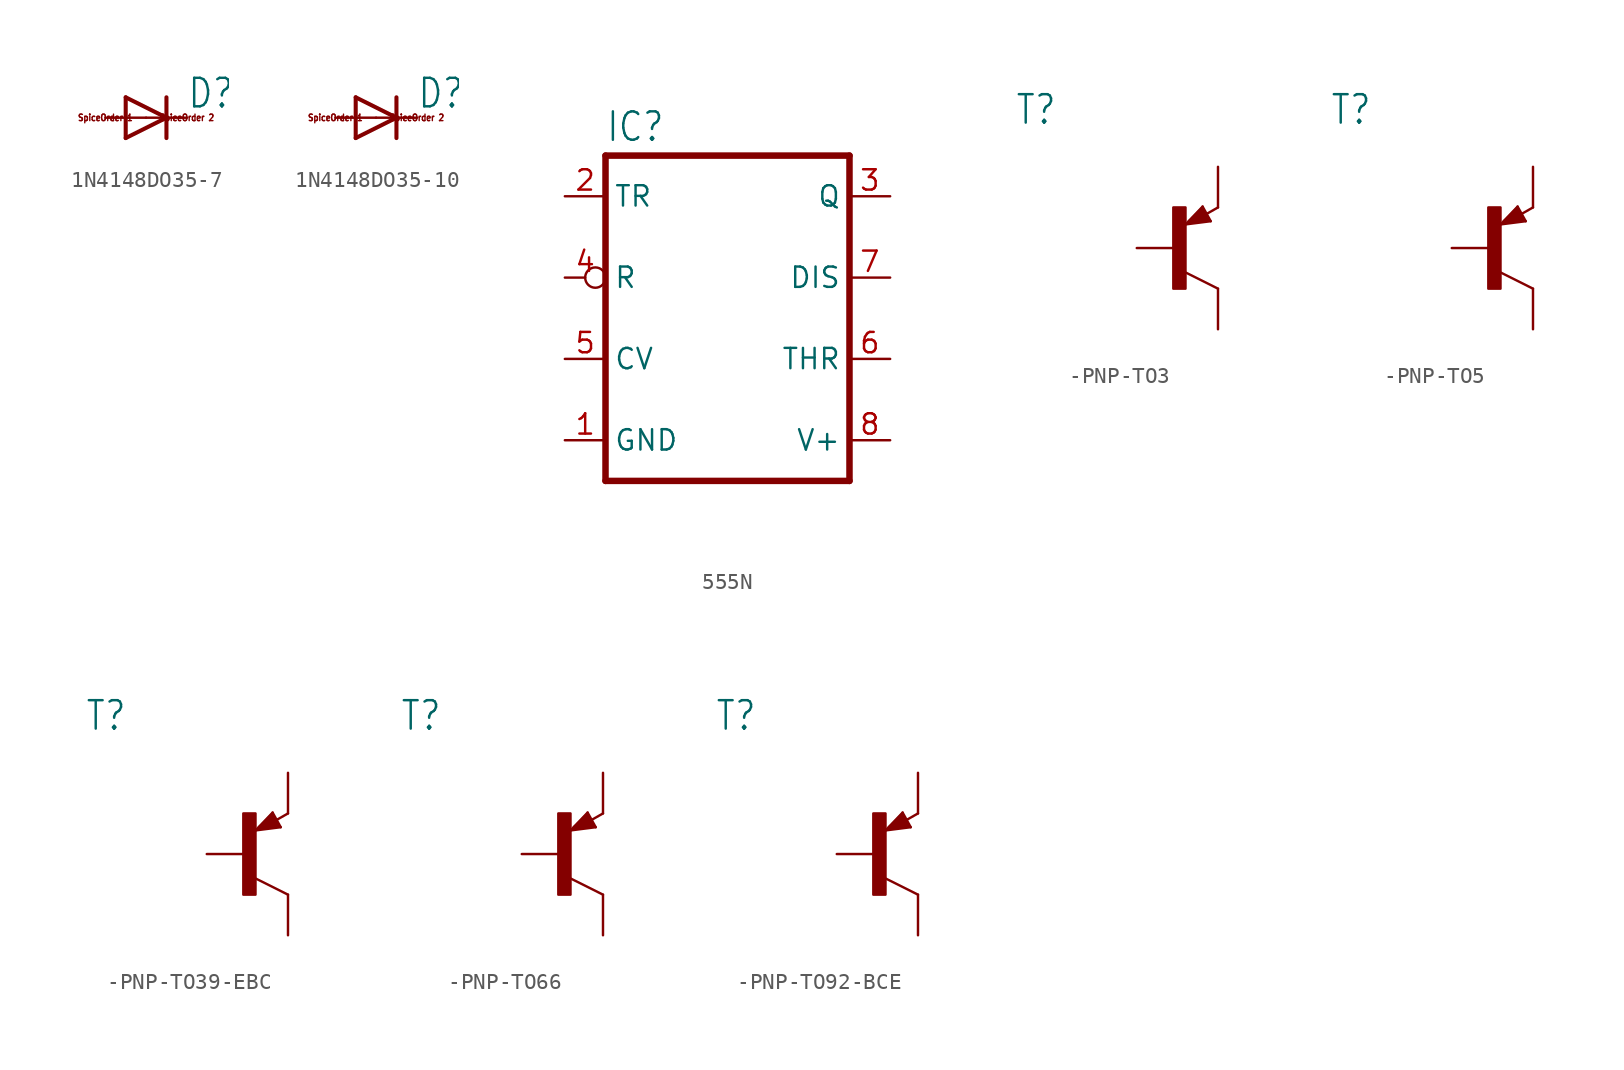
<source format=kicad_sym>
(kicad_symbol_lib
  (version 20231120)
  (generator "kicad_symbol_editor")
  (generator_version "8.0")
  (symbol "1N4148DO35-7"
    (property "Reference" "D"
      (at 2.54 0.483 0)
      (effects (font (size 1.778 1.511)) (justify left bottom)))
    (property "Value" ""
      (at 2.54 -2.311 0)
      (effects (font (size 1.778 1.511)) (justify left bottom)))
    (property "ki_locked" ""
      (at 0 0 0)
      (effects (font (size 1.27 1.27))))
    (symbol "1N4148DO35-7_1_0"
      (polyline (pts (xy -1.27 -1.27) (xy 1.27 0)) (stroke (width 0.254) (type solid)) (fill (type none)))
      (polyline (pts (xy -1.27 1.27) (xy -1.27 -1.27)) (stroke (width 0.254) (type solid)) (fill (type none)))
      (polyline (pts (xy 1.27 0) (xy -1.27 1.27)) (stroke (width 0.254) (type solid)) (fill (type none)))
      (polyline (pts (xy 1.27 0) (xy 1.27 -1.27)) (stroke (width 0.254) (type solid)) (fill (type none)))
      (polyline (pts (xy 1.27 1.27) (xy 1.27 0)) (stroke (width 0.254) (type solid)) (fill (type none)))
      (text "SpiceOrder 1" (at -2.54 0 0) (effects (font (size 0.406 0.345))))
      (text "SpiceOrder 2" (at 2.54 0 0) (effects (font (size 0.406 0.345))))
      (pin passive line (at -2.54 0 0) (length 2.54) (name "A" (effects (font (size 0 0)))) (number "A" (effects (font (size 0 0)))))
      (pin passive line (at 2.54 0 180) (length 2.54) (name "C" (effects (font (size 0 0)))) (number "C" (effects (font (size 0 0)))))))
  (symbol "1N4148DO35-10"
    (property "Reference" "D"
      (at 2.54 0.483 0)
      (effects (font (size 1.778 1.511)) (justify left bottom)))
    (property "Value" ""
      (at 2.54 -2.311 0)
      (effects (font (size 1.778 1.511)) (justify left bottom)))
    (property "ki_locked" ""
      (at 0 0 0)
      (effects (font (size 1.27 1.27))))
    (symbol "1N4148DO35-10_1_0"
      (polyline (pts (xy -1.27 -1.27) (xy 1.27 0)) (stroke (width 0.254) (type solid)) (fill (type none)))
      (polyline (pts (xy -1.27 1.27) (xy -1.27 -1.27)) (stroke (width 0.254) (type solid)) (fill (type none)))
      (polyline (pts (xy 1.27 0) (xy -1.27 1.27)) (stroke (width 0.254) (type solid)) (fill (type none)))
      (polyline (pts (xy 1.27 0) (xy 1.27 -1.27)) (stroke (width 0.254) (type solid)) (fill (type none)))
      (polyline (pts (xy 1.27 1.27) (xy 1.27 0)) (stroke (width 0.254) (type solid)) (fill (type none)))
      (text "SpiceOrder 1" (at -2.54 0 0) (effects (font (size 0.406 0.345))))
      (text "SpiceOrder 2" (at 2.54 0 0) (effects (font (size 0.406 0.345))))
      (pin passive line (at -2.54 0 0) (length 2.54) (name "A" (effects (font (size 0 0)))) (number "A" (effects (font (size 0 0)))))
      (pin passive line (at 2.54 0 180) (length 2.54) (name "C" (effects (font (size 0 0)))) (number "C" (effects (font (size 0 0)))))))
  (symbol "555N"
    (property "Reference" "IC"
      (at -7.62 10.922 0)
      (effects (font (size 1.778 1.511)) (justify left bottom)))
    (property "Value" ""
      (at -7.62 -12.827 0)
      (effects (font (size 1.778 1.511)) (justify left bottom)))
    (property "ki_locked" ""
      (at 0 0 0)
      (effects (font (size 1.27 1.27))))
    (symbol "555N_1_0"
      (polyline (pts (xy -7.62 -10.16) (xy 7.62 -10.16)) (stroke (width 0.406) (type solid)) (fill (type none)))
      (polyline (pts (xy -7.62 10.16) (xy -7.62 -10.16)) (stroke (width 0.406) (type solid)) (fill (type none)))
      (polyline (pts (xy 7.62 -10.16) (xy 7.62 10.16)) (stroke (width 0.406) (type solid)) (fill (type none)))
      (polyline (pts (xy 7.62 10.16) (xy -7.62 10.16)) (stroke (width 0.406) (type solid)) (fill (type none)))
      (pin power_in line (at -10.16 -7.62 0) (length 2.54) (name "GND" (effects (font (size 1.27 1.27)))) (number "1" (effects (font (size 1.27 1.27)))))
      (pin input line (at -10.16 7.62 0) (length 2.54) (name "TR" (effects (font (size 1.27 1.27)))) (number "2" (effects (font (size 1.27 1.27)))))
      (pin output line (at 10.16 7.62 180) (length 2.54) (name "Q" (effects (font (size 1.27 1.27)))) (number "3" (effects (font (size 1.27 1.27)))))
      (pin input inverted (at -10.16 2.54 0) (length 2.54) (name "R" (effects (font (size 1.27 1.27)))) (number "4" (effects (font (size 1.27 1.27)))))
      (pin input line (at -10.16 -2.54 0) (length 2.54) (name "CV" (effects (font (size 1.27 1.27)))) (number "5" (effects (font (size 1.27 1.27)))))
      (pin input line (at 10.16 -2.54 180) (length 2.54) (name "THR" (effects (font (size 1.27 1.27)))) (number "6" (effects (font (size 1.27 1.27)))))
      (pin input line (at 10.16 2.54 180) (length 2.54) (name "DIS" (effects (font (size 1.27 1.27)))) (number "7" (effects (font (size 1.27 1.27)))))
      (pin power_in line (at 10.16 -7.62 180) (length 2.54) (name "V+" (effects (font (size 1.27 1.27)))) (number "8" (effects (font (size 1.27 1.27)))))))
  (symbol "-PNP-TO3"
    (property "Reference" "T"
      (at -10.16 7.62 0)
      (effects (font (size 1.778 1.511)) (justify left bottom)))
    (property "Value" ""
      (at -10.16 5.08 0)
      (effects (font (size 1.778 1.511)) (justify left bottom)))
    (property "ki_locked" ""
      (at 0 0 0)
      (effects (font (size 1.27 1.27))))
    (symbol "-PNP-TO3_1_0"
      (rectangle (start -0.254 -2.54) (end 0.508 2.54) (stroke (width 0) (type default)) (fill (type outline)))
      (polyline (pts (xy 0.516 1.478) (xy 2.086 1.678)) (stroke (width 0.152) (type solid)) (fill (type none)))
      (polyline (pts (xy 0.762 1.651) (xy 1.778 1.778)) (stroke (width 0.254) (type solid)) (fill (type none)))
      (polyline (pts (xy 1.143 1.905) (xy 1.524 1.905)) (stroke (width 0.254) (type solid)) (fill (type none)))
      (polyline (pts (xy 1.524 2.159) (xy 1.143 1.905)) (stroke (width 0.254) (type solid)) (fill (type none)))
      (polyline (pts (xy 1.524 2.413) (xy 0.762 1.651)) (stroke (width 0.254) (type solid)) (fill (type none)))
      (polyline (pts (xy 1.578 2.594) (xy 0.516 1.478)) (stroke (width 0.152) (type solid)) (fill (type none)))
      (polyline (pts (xy 1.778 1.778) (xy 1.524 2.159)) (stroke (width 0.254) (type solid)) (fill (type none)))
      (polyline (pts (xy 1.905 1.778) (xy 1.524 2.413)) (stroke (width 0.254) (type solid)) (fill (type none)))
      (polyline (pts (xy 2.086 1.678) (xy 1.578 2.594)) (stroke (width 0.152) (type solid)) (fill (type none)))
      (polyline (pts (xy 2.54 -2.54) (xy 0.508 -1.524)) (stroke (width 0.152) (type solid)) (fill (type none)))
      (polyline (pts (xy 2.54 2.54) (xy 1.808 2.124)) (stroke (width 0.152) (type solid)) (fill (type none)))
      (pin passive line (at -2.54 0 0) (length 2.54) (name "B" (effects (font (size 0 0)))) (number "B" (effects (font (size 0 0)))))
      (pin passive line (at 2.54 -5.08 90) (length 2.54) (name "C" (effects (font (size 0 0)))) (number "C" (effects (font (size 0 0)))))
      (pin passive line (at 2.54 5.08 270) (length 2.54) (name "E" (effects (font (size 0 0)))) (number "E" (effects (font (size 0 0)))))))
  (symbol "-PNP-TO5"
    (property "Reference" "T"
      (at -10.16 7.62 0)
      (effects (font (size 1.778 1.511)) (justify left bottom)))
    (property "Value" ""
      (at -10.16 5.08 0)
      (effects (font (size 1.778 1.511)) (justify left bottom)))
    (property "ki_locked" ""
      (at 0 0 0)
      (effects (font (size 1.27 1.27))))
    (symbol "-PNP-TO5_1_0"
      (rectangle (start -0.254 -2.54) (end 0.508 2.54) (stroke (width 0) (type default)) (fill (type outline)))
      (polyline (pts (xy 0.516 1.478) (xy 2.086 1.678)) (stroke (width 0.152) (type solid)) (fill (type none)))
      (polyline (pts (xy 0.762 1.651) (xy 1.778 1.778)) (stroke (width 0.254) (type solid)) (fill (type none)))
      (polyline (pts (xy 1.143 1.905) (xy 1.524 1.905)) (stroke (width 0.254) (type solid)) (fill (type none)))
      (polyline (pts (xy 1.524 2.159) (xy 1.143 1.905)) (stroke (width 0.254) (type solid)) (fill (type none)))
      (polyline (pts (xy 1.524 2.413) (xy 0.762 1.651)) (stroke (width 0.254) (type solid)) (fill (type none)))
      (polyline (pts (xy 1.578 2.594) (xy 0.516 1.478)) (stroke (width 0.152) (type solid)) (fill (type none)))
      (polyline (pts (xy 1.778 1.778) (xy 1.524 2.159)) (stroke (width 0.254) (type solid)) (fill (type none)))
      (polyline (pts (xy 1.905 1.778) (xy 1.524 2.413)) (stroke (width 0.254) (type solid)) (fill (type none)))
      (polyline (pts (xy 2.086 1.678) (xy 1.578 2.594)) (stroke (width 0.152) (type solid)) (fill (type none)))
      (polyline (pts (xy 2.54 -2.54) (xy 0.508 -1.524)) (stroke (width 0.152) (type solid)) (fill (type none)))
      (polyline (pts (xy 2.54 2.54) (xy 1.808 2.124)) (stroke (width 0.152) (type solid)) (fill (type none)))
      (pin passive line (at 2.54 5.08 270) (length 2.54) (name "E" (effects (font (size 0 0)))) (number "1" (effects (font (size 0 0)))))
      (pin passive line (at -2.54 0 0) (length 2.54) (name "B" (effects (font (size 0 0)))) (number "2" (effects (font (size 0 0)))))
      (pin passive line (at 2.54 -5.08 90) (length 2.54) (name "C" (effects (font (size 0 0)))) (number "3" (effects (font (size 0 0)))))))
  (symbol "-PNP-TO39-EBC"
    (property "Reference" "T"
      (at -10.16 7.62 0)
      (effects (font (size 1.778 1.511)) (justify left bottom)))
    (property "Value" ""
      (at -10.16 5.08 0)
      (effects (font (size 1.778 1.511)) (justify left bottom)))
    (property "ki_locked" ""
      (at 0 0 0)
      (effects (font (size 1.27 1.27))))
    (symbol "-PNP-TO39-EBC_1_0"
      (rectangle (start -0.254 -2.54) (end 0.508 2.54) (stroke (width 0) (type default)) (fill (type outline)))
      (polyline (pts (xy 0.516 1.478) (xy 2.086 1.678)) (stroke (width 0.152) (type solid)) (fill (type none)))
      (polyline (pts (xy 0.762 1.651) (xy 1.778 1.778)) (stroke (width 0.254) (type solid)) (fill (type none)))
      (polyline (pts (xy 1.143 1.905) (xy 1.524 1.905)) (stroke (width 0.254) (type solid)) (fill (type none)))
      (polyline (pts (xy 1.524 2.159) (xy 1.143 1.905)) (stroke (width 0.254) (type solid)) (fill (type none)))
      (polyline (pts (xy 1.524 2.413) (xy 0.762 1.651)) (stroke (width 0.254) (type solid)) (fill (type none)))
      (polyline (pts (xy 1.578 2.594) (xy 0.516 1.478)) (stroke (width 0.152) (type solid)) (fill (type none)))
      (polyline (pts (xy 1.778 1.778) (xy 1.524 2.159)) (stroke (width 0.254) (type solid)) (fill (type none)))
      (polyline (pts (xy 1.905 1.778) (xy 1.524 2.413)) (stroke (width 0.254) (type solid)) (fill (type none)))
      (polyline (pts (xy 2.086 1.678) (xy 1.578 2.594)) (stroke (width 0.152) (type solid)) (fill (type none)))
      (polyline (pts (xy 2.54 -2.54) (xy 0.508 -1.524)) (stroke (width 0.152) (type solid)) (fill (type none)))
      (polyline (pts (xy 2.54 2.54) (xy 1.808 2.124)) (stroke (width 0.152) (type solid)) (fill (type none)))
      (pin passive line (at 2.54 5.08 270) (length 2.54) (name "E" (effects (font (size 0 0)))) (number "1" (effects (font (size 0 0)))))
      (pin passive line (at -2.54 0 0) (length 2.54) (name "B" (effects (font (size 0 0)))) (number "2" (effects (font (size 0 0)))))
      (pin passive line (at 2.54 -5.08 90) (length 2.54) (name "C" (effects (font (size 0 0)))) (number "3" (effects (font (size 0 0)))))))
  (symbol "-PNP-TO66"
    (property "Reference" "T"
      (at -10.16 7.62 0)
      (effects (font (size 1.778 1.511)) (justify left bottom)))
    (property "Value" ""
      (at -10.16 5.08 0)
      (effects (font (size 1.778 1.511)) (justify left bottom)))
    (property "ki_locked" ""
      (at 0 0 0)
      (effects (font (size 1.27 1.27))))
    (symbol "-PNP-TO66_1_0"
      (rectangle (start -0.254 -2.54) (end 0.508 2.54) (stroke (width 0) (type default)) (fill (type outline)))
      (polyline (pts (xy 0.516 1.478) (xy 2.086 1.678)) (stroke (width 0.152) (type solid)) (fill (type none)))
      (polyline (pts (xy 0.762 1.651) (xy 1.778 1.778)) (stroke (width 0.254) (type solid)) (fill (type none)))
      (polyline (pts (xy 1.143 1.905) (xy 1.524 1.905)) (stroke (width 0.254) (type solid)) (fill (type none)))
      (polyline (pts (xy 1.524 2.159) (xy 1.143 1.905)) (stroke (width 0.254) (type solid)) (fill (type none)))
      (polyline (pts (xy 1.524 2.413) (xy 0.762 1.651)) (stroke (width 0.254) (type solid)) (fill (type none)))
      (polyline (pts (xy 1.578 2.594) (xy 0.516 1.478)) (stroke (width 0.152) (type solid)) (fill (type none)))
      (polyline (pts (xy 1.778 1.778) (xy 1.524 2.159)) (stroke (width 0.254) (type solid)) (fill (type none)))
      (polyline (pts (xy 1.905 1.778) (xy 1.524 2.413)) (stroke (width 0.254) (type solid)) (fill (type none)))
      (polyline (pts (xy 2.086 1.678) (xy 1.578 2.594)) (stroke (width 0.152) (type solid)) (fill (type none)))
      (polyline (pts (xy 2.54 -2.54) (xy 0.508 -1.524)) (stroke (width 0.152) (type solid)) (fill (type none)))
      (polyline (pts (xy 2.54 2.54) (xy 1.808 2.124)) (stroke (width 0.152) (type solid)) (fill (type none)))
      (pin passive line (at 2.54 5.08 270) (length 2.54) (name "E" (effects (font (size 0 0)))) (number "1" (effects (font (size 0 0)))))
      (pin passive line (at -2.54 0 0) (length 2.54) (name "B" (effects (font (size 0 0)))) (number "2" (effects (font (size 0 0)))))
      (pin passive line (at 2.54 -5.08 90) (length 2.54) (name "C" (effects (font (size 0 0)))) (number "3" (effects (font (size 0 0)))))))
  (symbol "-PNP-TO92-BCE"
    (property "Reference" "T"
      (at -10.16 7.62 0)
      (effects (font (size 1.778 1.511)) (justify left bottom)))
    (property "Value" ""
      (at -10.16 5.08 0)
      (effects (font (size 1.778 1.511)) (justify left bottom)))
    (property "ki_locked" ""
      (at 0 0 0)
      (effects (font (size 1.27 1.27))))
    (symbol "-PNP-TO92-BCE_1_0"
      (rectangle (start -0.254 -2.54) (end 0.508 2.54) (stroke (width 0) (type default)) (fill (type outline)))
      (polyline (pts (xy 0.516 1.478) (xy 2.086 1.678)) (stroke (width 0.152) (type solid)) (fill (type none)))
      (polyline (pts (xy 0.762 1.651) (xy 1.778 1.778)) (stroke (width 0.254) (type solid)) (fill (type none)))
      (polyline (pts (xy 1.143 1.905) (xy 1.524 1.905)) (stroke (width 0.254) (type solid)) (fill (type none)))
      (polyline (pts (xy 1.524 2.159) (xy 1.143 1.905)) (stroke (width 0.254) (type solid)) (fill (type none)))
      (polyline (pts (xy 1.524 2.413) (xy 0.762 1.651)) (stroke (width 0.254) (type solid)) (fill (type none)))
      (polyline (pts (xy 1.578 2.594) (xy 0.516 1.478)) (stroke (width 0.152) (type solid)) (fill (type none)))
      (polyline (pts (xy 1.778 1.778) (xy 1.524 2.159)) (stroke (width 0.254) (type solid)) (fill (type none)))
      (polyline (pts (xy 1.905 1.778) (xy 1.524 2.413)) (stroke (width 0.254) (type solid)) (fill (type none)))
      (polyline (pts (xy 2.086 1.678) (xy 1.578 2.594)) (stroke (width 0.152) (type solid)) (fill (type none)))
      (polyline (pts (xy 2.54 -2.54) (xy 0.508 -1.524)) (stroke (width 0.152) (type solid)) (fill (type none)))
      (polyline (pts (xy 2.54 2.54) (xy 1.808 2.124)) (stroke (width 0.152) (type solid)) (fill (type none)))
      (pin passive line (at -2.54 0 0) (length 2.54) (name "B" (effects (font (size 0 0)))) (number "B" (effects (font (size 0 0)))))
      (pin passive line (at 2.54 -5.08 90) (length 2.54) (name "C" (effects (font (size 0 0)))) (number "C" (effects (font (size 0 0)))))
      (pin passive line (at 2.54 5.08 270) (length 2.54) (name "E" (effects (font (size 0 0)))) (number "E" (effects (font (size 0 0))))))))
</source>
